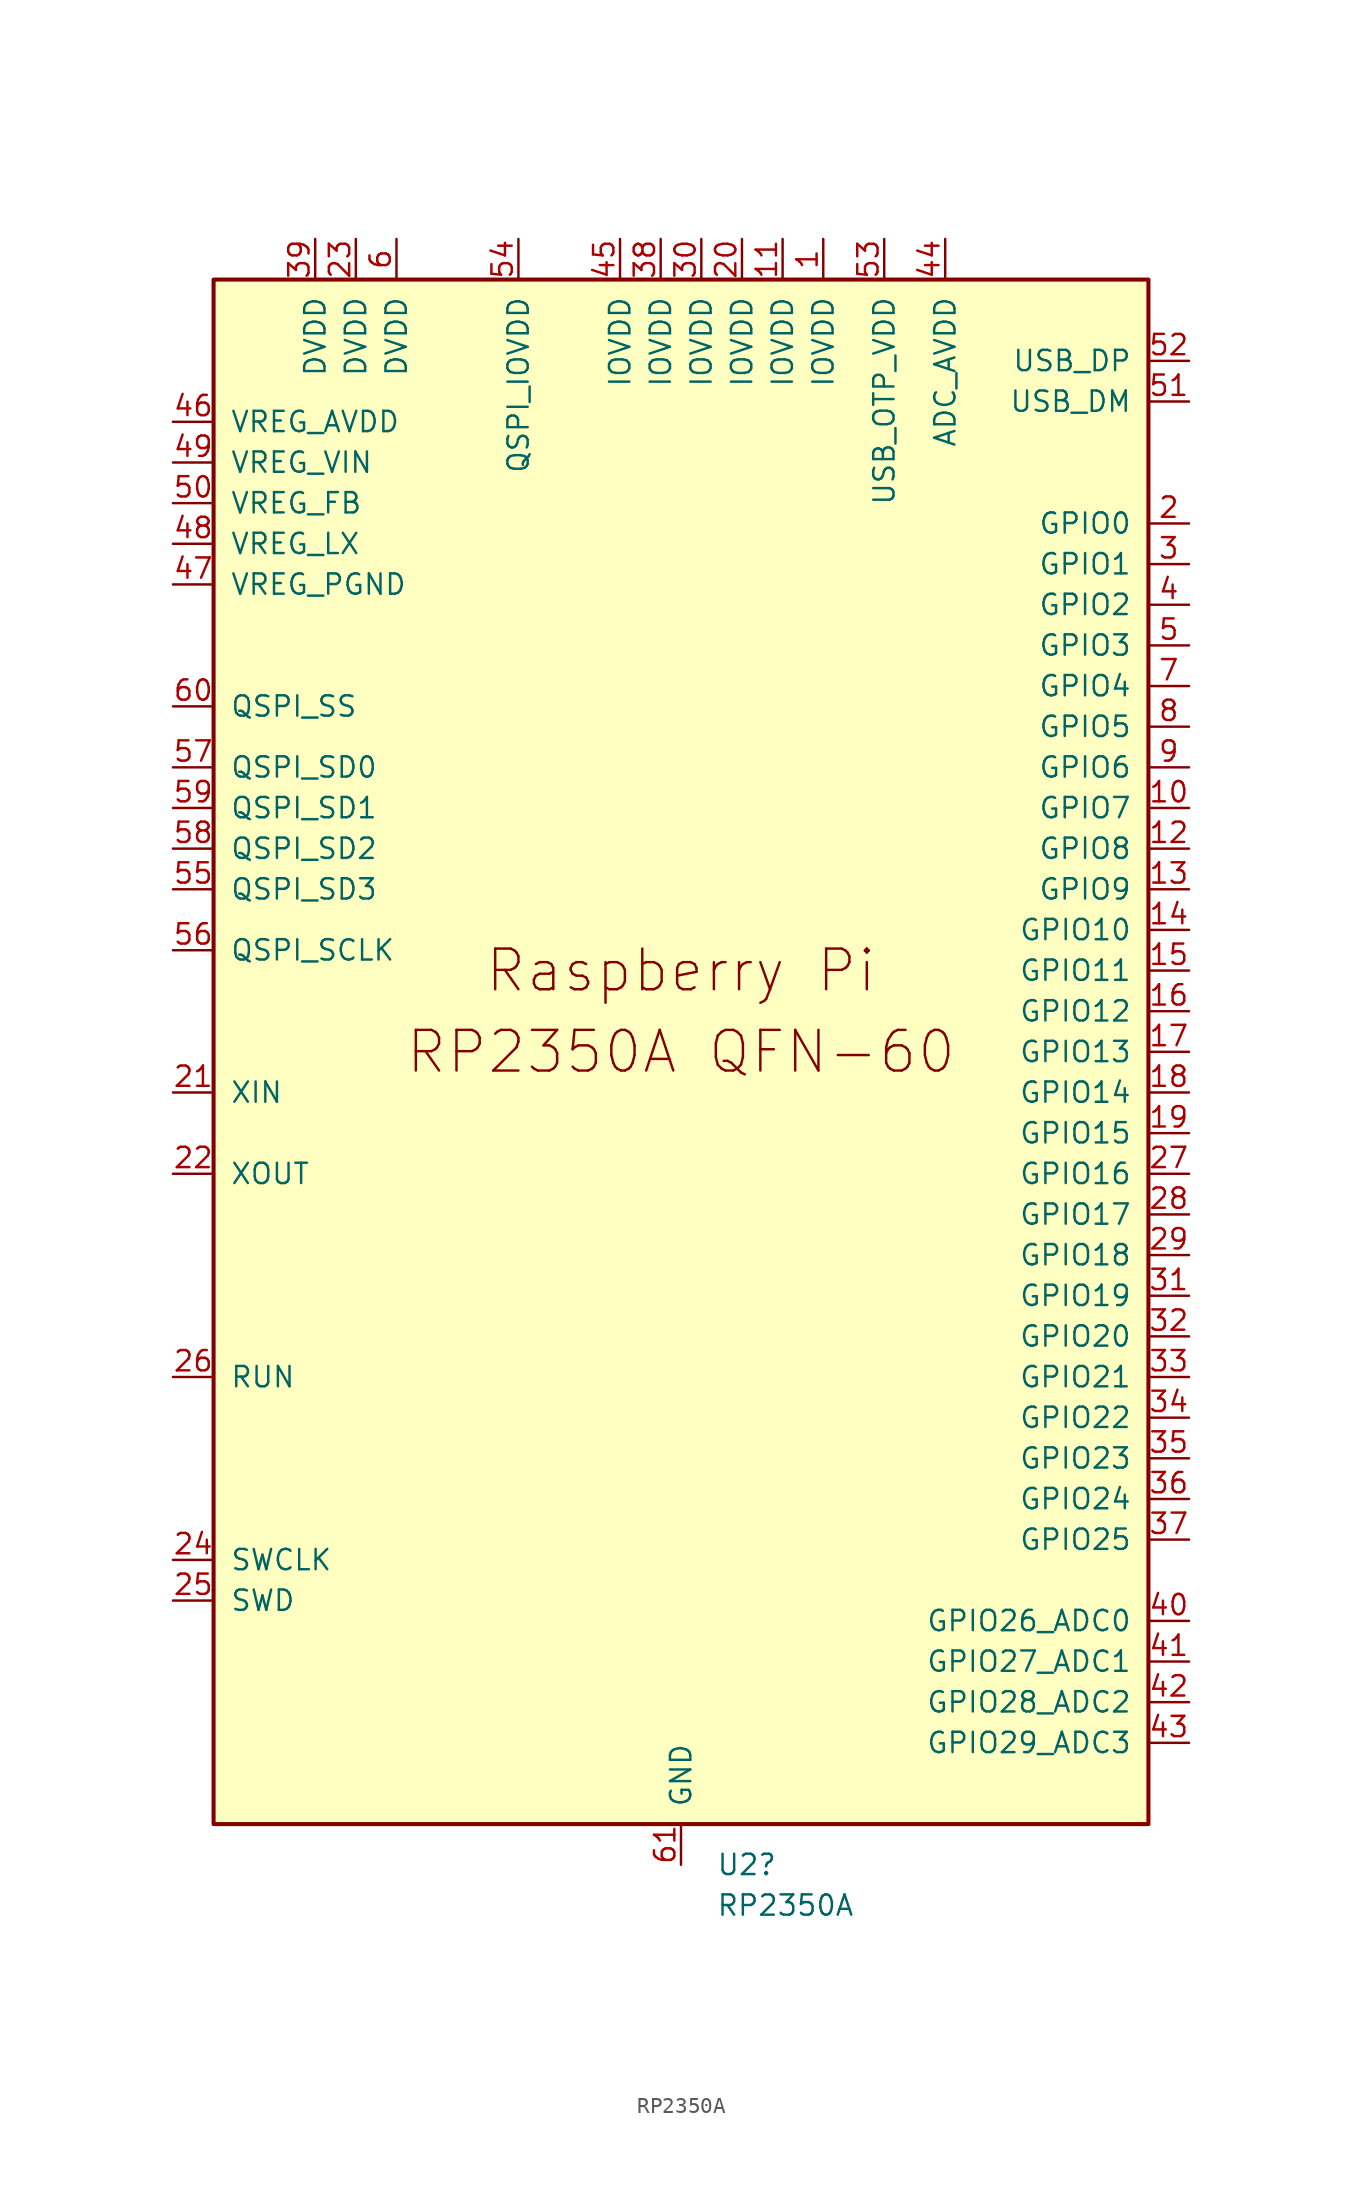
<source format=kicad_sym>
(kicad_symbol_lib
  (version 20241209)
  (generator "kicad_symbol_editor")
  (generator_version "9.0")
  (symbol "RP2350A"
    (pin_names
      (offset 1.016))
    (property "Reference" "U2"
      (at 2.194 -50.8 0)
      (effects (font (size 1.27 1.27)) (justify left)))
    (property "Value" "RP2350A"
      (at 2.194 -53.34 0)
      (effects (font (size 1.27 1.27)) (justify left)))
    (symbol "RP2350A_0_0"
      (text "Raspberry Pi" (at 0 5.08 0) (effects (font (size 2.54 2.54)))))
    (symbol "RP2350A_0_1"
      (rectangle (start 29.21 48.26) (end -29.21 -48.26) (stroke (width 0.254) (type default)) (fill (type background))))
    (symbol "RP2350A_1_0"
      (text "RP2350A QFN-60" (at 0 0 0) (effects (font (size 2.54 2.54)))))
    (symbol "RP2350A_1_1"
      (pin power_in line (at -31.75 39.37 0) (length 2.54) (name "VREG_AVDD" (effects (font (size 1.27 1.27)))) (number "46" (effects (font (size 1.27 1.27)))))
      (pin power_in line (at -31.75 36.83 0) (length 2.54) (name "VREG_VIN" (effects (font (size 1.27 1.27)))) (number "49" (effects (font (size 1.27 1.27)))))
      (pin input line (at -31.75 34.29 0) (length 2.54) (name "VREG_FB" (effects (font (size 1.27 1.27)))) (number "50" (effects (font (size 1.27 1.27)))))
      (pin power_out line (at -31.75 31.75 0) (length 2.54) (name "VREG_LX" (effects (font (size 1.27 1.27)))) (number "48" (effects (font (size 1.27 1.27)))))
      (pin power_in line (at -31.75 29.21 0) (length 2.54) (name "VREG_PGND" (effects (font (size 1.27 1.27)))) (number "47" (effects (font (size 1.27 1.27)))))
      (pin bidirectional line (at -31.75 21.59 0) (length 2.54) (name "QSPI_SS" (effects (font (size 1.27 1.27)))) (number "60" (effects (font (size 1.27 1.27)))))
      (pin bidirectional line (at -31.75 17.78 0) (length 2.54) (name "QSPI_SD0" (effects (font (size 1.27 1.27)))) (number "57" (effects (font (size 1.27 1.27)))))
      (pin bidirectional line (at -31.75 15.24 0) (length 2.54) (name "QSPI_SD1" (effects (font (size 1.27 1.27)))) (number "59" (effects (font (size 1.27 1.27)))))
      (pin bidirectional line (at -31.75 12.7 0) (length 2.54) (name "QSPI_SD2" (effects (font (size 1.27 1.27)))) (number "58" (effects (font (size 1.27 1.27)))))
      (pin bidirectional line (at -31.75 10.16 0) (length 2.54) (name "QSPI_SD3" (effects (font (size 1.27 1.27)))) (number "55" (effects (font (size 1.27 1.27)))))
      (pin output line (at -31.75 6.35 0) (length 2.54) (name "QSPI_SCLK" (effects (font (size 1.27 1.27)))) (number "56" (effects (font (size 1.27 1.27)))))
      (pin input line (at -31.75 -2.54 0) (length 2.54) (name "XIN" (effects (font (size 1.27 1.27)))) (number "21" (effects (font (size 1.27 1.27)))))
      (pin passive line (at -31.75 -7.62 0) (length 2.54) (name "XOUT" (effects (font (size 1.27 1.27)))) (number "22" (effects (font (size 1.27 1.27)))))
      (pin input line (at -31.75 -20.32 0) (length 2.54) (name "RUN" (effects (font (size 1.27 1.27)))) (number "26" (effects (font (size 1.27 1.27)))))
      (pin output line (at -31.75 -31.75 0) (length 2.54) (name "SWCLK" (effects (font (size 1.27 1.27)))) (number "24" (effects (font (size 1.27 1.27)))))
      (pin bidirectional line (at -31.75 -34.29 0) (length 2.54) (name "SWD" (effects (font (size 1.27 1.27)))) (number "25" (effects (font (size 1.27 1.27)))))
      (pin power_in line (at -22.86 50.8 270) (length 2.54) (name "DVDD" (effects (font (size 1.27 1.27)))) (number "39" (effects (font (size 1.27 1.27)))))
      (pin power_in line (at -20.32 50.8 270) (length 2.54) (name "DVDD" (effects (font (size 1.27 1.27)))) (number "23" (effects (font (size 1.27 1.27)))))
      (pin power_in line (at -17.78 50.8 270) (length 2.54) (name "DVDD" (effects (font (size 1.27 1.27)))) (number "6" (effects (font (size 1.27 1.27)))))
      (pin power_in line (at -10.16 50.8 270) (length 2.54) (name "QSPI_IOVDD" (effects (font (size 1.27 1.27)))) (number "54" (effects (font (size 1.27 1.27)))))
      (pin power_in line (at -3.81 50.8 270) (length 2.54) (name "IOVDD" (effects (font (size 1.27 1.27)))) (number "45" (effects (font (size 1.27 1.27)))))
      (pin power_in line (at -1.27 50.8 270) (length 2.54) (name "IOVDD" (effects (font (size 1.27 1.27)))) (number "38" (effects (font (size 1.27 1.27)))))
      (pin power_in line (at 0 -50.8 90) (length 2.54) (name "GND" (effects (font (size 1.27 1.27)))) (number "61" (effects (font (size 1.27 1.27)))))
      (pin power_in line (at 1.27 50.8 270) (length 2.54) (name "IOVDD" (effects (font (size 1.27 1.27)))) (number "30" (effects (font (size 1.27 1.27)))))
      (pin power_in line (at 3.81 50.8 270) (length 2.54) (name "IOVDD" (effects (font (size 1.27 1.27)))) (number "20" (effects (font (size 1.27 1.27)))))
      (pin power_in line (at 6.35 50.8 270) (length 2.54) (name "IOVDD" (effects (font (size 1.27 1.27)))) (number "11" (effects (font (size 1.27 1.27)))))
      (pin power_in line (at 8.89 50.8 270) (length 2.54) (name "IOVDD" (effects (font (size 1.27 1.27)))) (number "1" (effects (font (size 1.27 1.27)))))
      (pin power_in line (at 12.7 50.8 270) (length 2.54) (name "USB_OTP_VDD" (effects (font (size 1.27 1.27)))) (number "53" (effects (font (size 1.27 1.27)))))
      (pin power_in line (at 16.51 50.8 270) (length 2.54) (name "ADC_AVDD" (effects (font (size 1.27 1.27)))) (number "44" (effects (font (size 1.27 1.27)))))
      (pin bidirectional line (at 31.75 43.18 180) (length 2.54) (name "USB_DP" (effects (font (size 1.27 1.27)))) (number "52" (effects (font (size 1.27 1.27)))))
      (pin bidirectional line (at 31.75 40.64 180) (length 2.54) (name "USB_DM" (effects (font (size 1.27 1.27)))) (number "51" (effects (font (size 1.27 1.27)))))
      (pin bidirectional line (at 31.75 33.02 180) (length 2.54) (name "GPIO0" (effects (font (size 1.27 1.27)))) (number "2" (effects (font (size 1.27 1.27)))))
      (pin bidirectional line (at 31.75 30.48 180) (length 2.54) (name "GPIO1" (effects (font (size 1.27 1.27)))) (number "3" (effects (font (size 1.27 1.27)))))
      (pin bidirectional line (at 31.75 27.94 180) (length 2.54) (name "GPIO2" (effects (font (size 1.27 1.27)))) (number "4" (effects (font (size 1.27 1.27)))))
      (pin bidirectional line (at 31.75 25.4 180) (length 2.54) (name "GPIO3" (effects (font (size 1.27 1.27)))) (number "5" (effects (font (size 1.27 1.27)))))
      (pin bidirectional line (at 31.75 22.86 180) (length 2.54) (name "GPIO4" (effects (font (size 1.27 1.27)))) (number "7" (effects (font (size 1.27 1.27)))))
      (pin bidirectional line (at 31.75 20.32 180) (length 2.54) (name "GPIO5" (effects (font (size 1.27 1.27)))) (number "8" (effects (font (size 1.27 1.27)))))
      (pin bidirectional line (at 31.75 17.78 180) (length 2.54) (name "GPIO6" (effects (font (size 1.27 1.27)))) (number "9" (effects (font (size 1.27 1.27)))))
      (pin bidirectional line (at 31.75 15.24 180) (length 2.54) (name "GPIO7" (effects (font (size 1.27 1.27)))) (number "10" (effects (font (size 1.27 1.27)))))
      (pin bidirectional line (at 31.75 12.7 180) (length 2.54) (name "GPIO8" (effects (font (size 1.27 1.27)))) (number "12" (effects (font (size 1.27 1.27)))))
      (pin bidirectional line (at 31.75 10.16 180) (length 2.54) (name "GPIO9" (effects (font (size 1.27 1.27)))) (number "13" (effects (font (size 1.27 1.27)))))
      (pin bidirectional line (at 31.75 7.62 180) (length 2.54) (name "GPIO10" (effects (font (size 1.27 1.27)))) (number "14" (effects (font (size 1.27 1.27)))))
      (pin bidirectional line (at 31.75 5.08 180) (length 2.54) (name "GPIO11" (effects (font (size 1.27 1.27)))) (number "15" (effects (font (size 1.27 1.27)))))
      (pin bidirectional line (at 31.75 2.54 180) (length 2.54) (name "GPIO12" (effects (font (size 1.27 1.27)))) (number "16" (effects (font (size 1.27 1.27)))))
      (pin bidirectional line (at 31.75 0 180) (length 2.54) (name "GPIO13" (effects (font (size 1.27 1.27)))) (number "17" (effects (font (size 1.27 1.27)))))
      (pin bidirectional line (at 31.75 -2.54 180) (length 2.54) (name "GPIO14" (effects (font (size 1.27 1.27)))) (number "18" (effects (font (size 1.27 1.27)))))
      (pin bidirectional line (at 31.75 -5.08 180) (length 2.54) (name "GPIO15" (effects (font (size 1.27 1.27)))) (number "19" (effects (font (size 1.27 1.27)))))
      (pin bidirectional line (at 31.75 -7.62 180) (length 2.54) (name "GPIO16" (effects (font (size 1.27 1.27)))) (number "27" (effects (font (size 1.27 1.27)))))
      (pin bidirectional line (at 31.75 -10.16 180) (length 2.54) (name "GPIO17" (effects (font (size 1.27 1.27)))) (number "28" (effects (font (size 1.27 1.27)))))
      (pin bidirectional line (at 31.75 -12.7 180) (length 2.54) (name "GPIO18" (effects (font (size 1.27 1.27)))) (number "29" (effects (font (size 1.27 1.27)))))
      (pin bidirectional line (at 31.75 -15.24 180) (length 2.54) (name "GPIO19" (effects (font (size 1.27 1.27)))) (number "31" (effects (font (size 1.27 1.27)))))
      (pin bidirectional line (at 31.75 -17.78 180) (length 2.54) (name "GPIO20" (effects (font (size 1.27 1.27)))) (number "32" (effects (font (size 1.27 1.27)))))
      (pin bidirectional line (at 31.75 -20.32 180) (length 2.54) (name "GPIO21" (effects (font (size 1.27 1.27)))) (number "33" (effects (font (size 1.27 1.27)))))
      (pin bidirectional line (at 31.75 -22.86 180) (length 2.54) (name "GPIO22" (effects (font (size 1.27 1.27)))) (number "34" (effects (font (size 1.27 1.27)))))
      (pin bidirectional line (at 31.75 -25.4 180) (length 2.54) (name "GPIO23" (effects (font (size 1.27 1.27)))) (number "35" (effects (font (size 1.27 1.27)))))
      (pin bidirectional line (at 31.75 -27.94 180) (length 2.54) (name "GPIO24" (effects (font (size 1.27 1.27)))) (number "36" (effects (font (size 1.27 1.27)))))
      (pin bidirectional line (at 31.75 -30.48 180) (length 2.54) (name "GPIO25" (effects (font (size 1.27 1.27)))) (number "37" (effects (font (size 1.27 1.27)))))
      (pin bidirectional line (at 31.75 -35.56 180) (length 2.54) (name "GPIO26_ADC0" (effects (font (size 1.27 1.27)))) (number "40" (effects (font (size 1.27 1.27)))))
      (pin bidirectional line (at 31.75 -38.1 180) (length 2.54) (name "GPIO27_ADC1" (effects (font (size 1.27 1.27)))) (number "41" (effects (font (size 1.27 1.27)))))
      (pin bidirectional line (at 31.75 -40.64 180) (length 2.54) (name "GPIO28_ADC2" (effects (font (size 1.27 1.27)))) (number "42" (effects (font (size 1.27 1.27)))))
      (pin bidirectional line (at 31.75 -43.18 180) (length 2.54) (name "GPIO29_ADC3" (effects (font (size 1.27 1.27)))) (number "43" (effects (font (size 1.27 1.27))))))))
</source>
